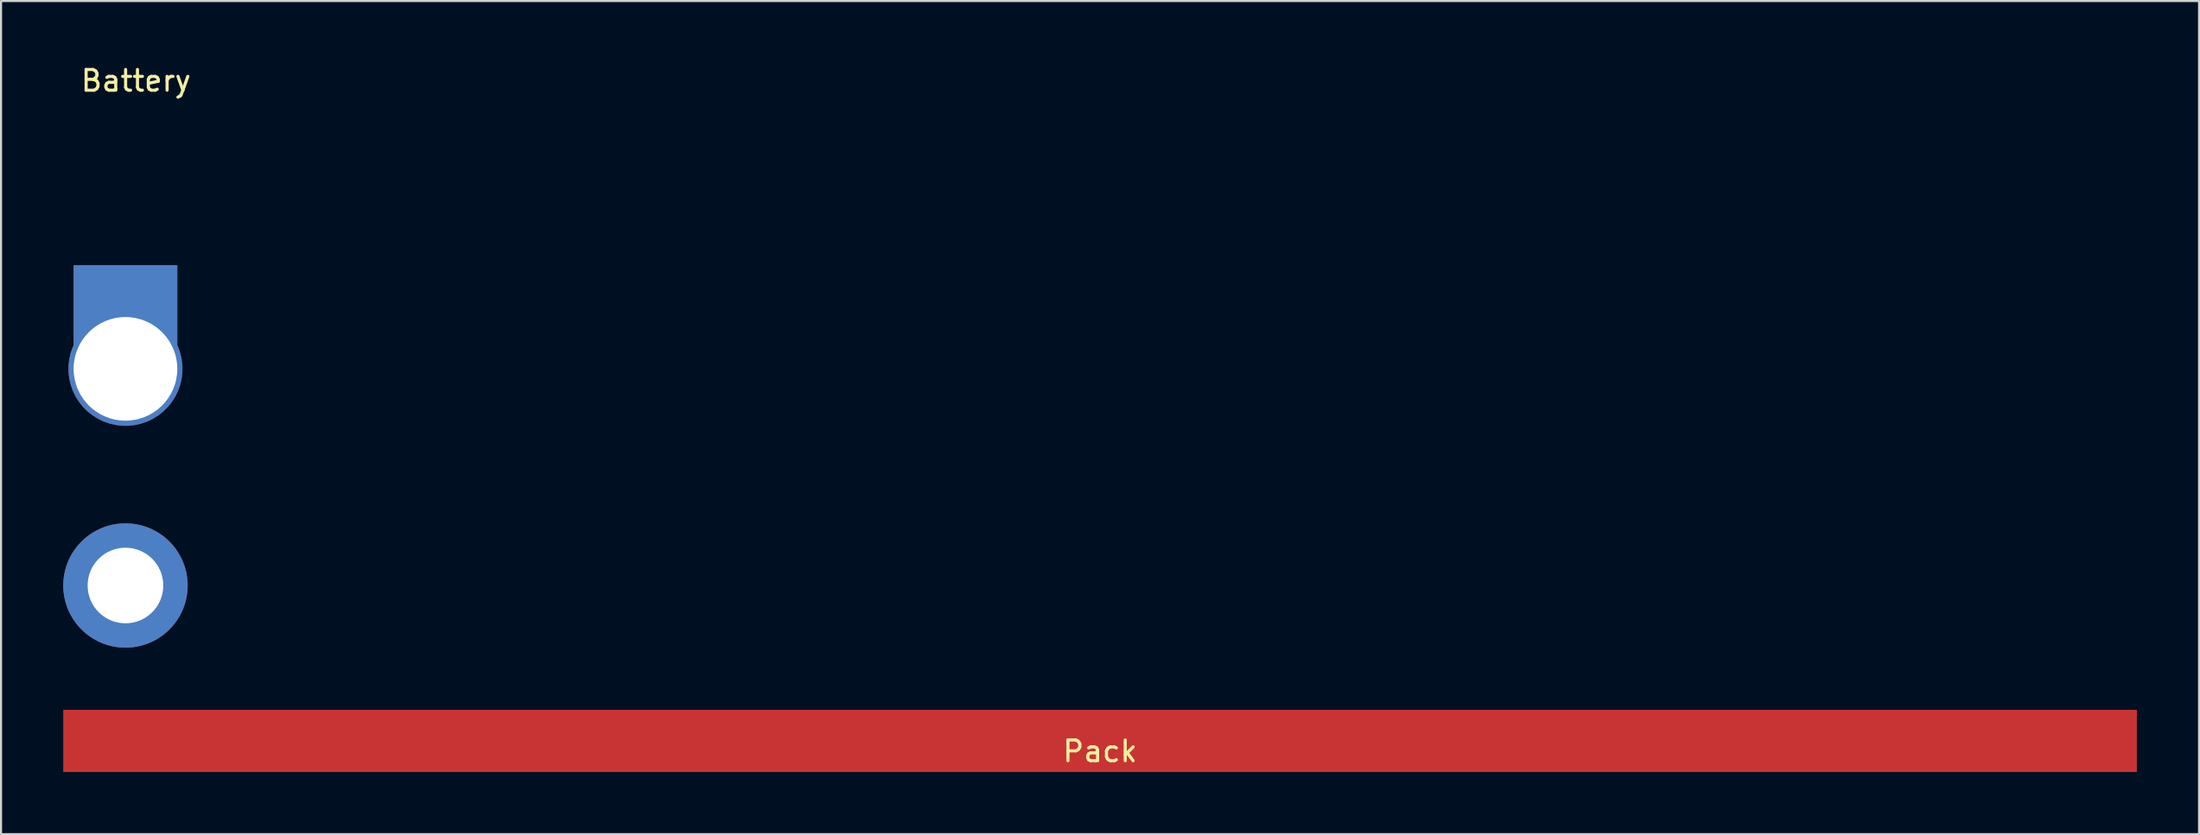
<source format=kicad_pcb>
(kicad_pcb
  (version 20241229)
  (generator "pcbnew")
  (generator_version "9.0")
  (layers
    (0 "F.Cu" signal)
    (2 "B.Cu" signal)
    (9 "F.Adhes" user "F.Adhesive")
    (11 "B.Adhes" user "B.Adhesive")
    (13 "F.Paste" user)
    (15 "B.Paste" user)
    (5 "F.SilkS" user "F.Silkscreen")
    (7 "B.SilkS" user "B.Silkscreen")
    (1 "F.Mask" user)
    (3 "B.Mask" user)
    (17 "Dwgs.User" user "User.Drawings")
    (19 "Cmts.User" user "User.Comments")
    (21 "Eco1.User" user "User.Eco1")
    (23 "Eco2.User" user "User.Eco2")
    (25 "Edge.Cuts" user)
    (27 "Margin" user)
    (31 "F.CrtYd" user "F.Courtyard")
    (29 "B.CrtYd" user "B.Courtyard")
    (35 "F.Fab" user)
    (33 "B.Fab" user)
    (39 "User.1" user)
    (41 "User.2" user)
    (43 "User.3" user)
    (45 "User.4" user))
  (footprint "Pack"
    (layer "F.Cu")
    (at 50 32.706)
    (property "Reference" "Pack" (at 0 0.5 0) (layer "F.SilkS") (effects (font (size 1 1) (thickness 0.15))))
    (attr through_hole)
    (pad "1" smd rect (at 0 0) (size 100 3) (layers "F.Cu" "F.Mask" "F.Paste")))
  (footprint "Battery"
    (layer "F.Cu")
    (at 3 14.75)
    (property "Reference" "Battery" (at 0.508 -13.902 0) (layer "F.SilkS") (effects (font (size 1 1) (thickness 0.15))))
    (attr through_hole)
    (pad "1" thru_hole custom (at 0 0) (size 5.5 5.5) (drill 5) (layers "*.Mask" "B.Cu") (options (anchor circle)) (primitives (gr_poly (pts (xy -2.5 -5) (xy 2.5 -5) (xy 2.5 0) (xy -2.5 0)) (width 0) (fill yes))))
    (pad "2" thru_hole circle (at 0 10.456) (size 6 6) (drill 3.648) (layers "*.Cu" "*.Mask")))
  (gr_rect
    (start -3 -3)
    (end 103 37.206)
    (stroke (width 0.1) (type default))
    (fill no)
    (layer "Edge.Cuts")))
</source>
